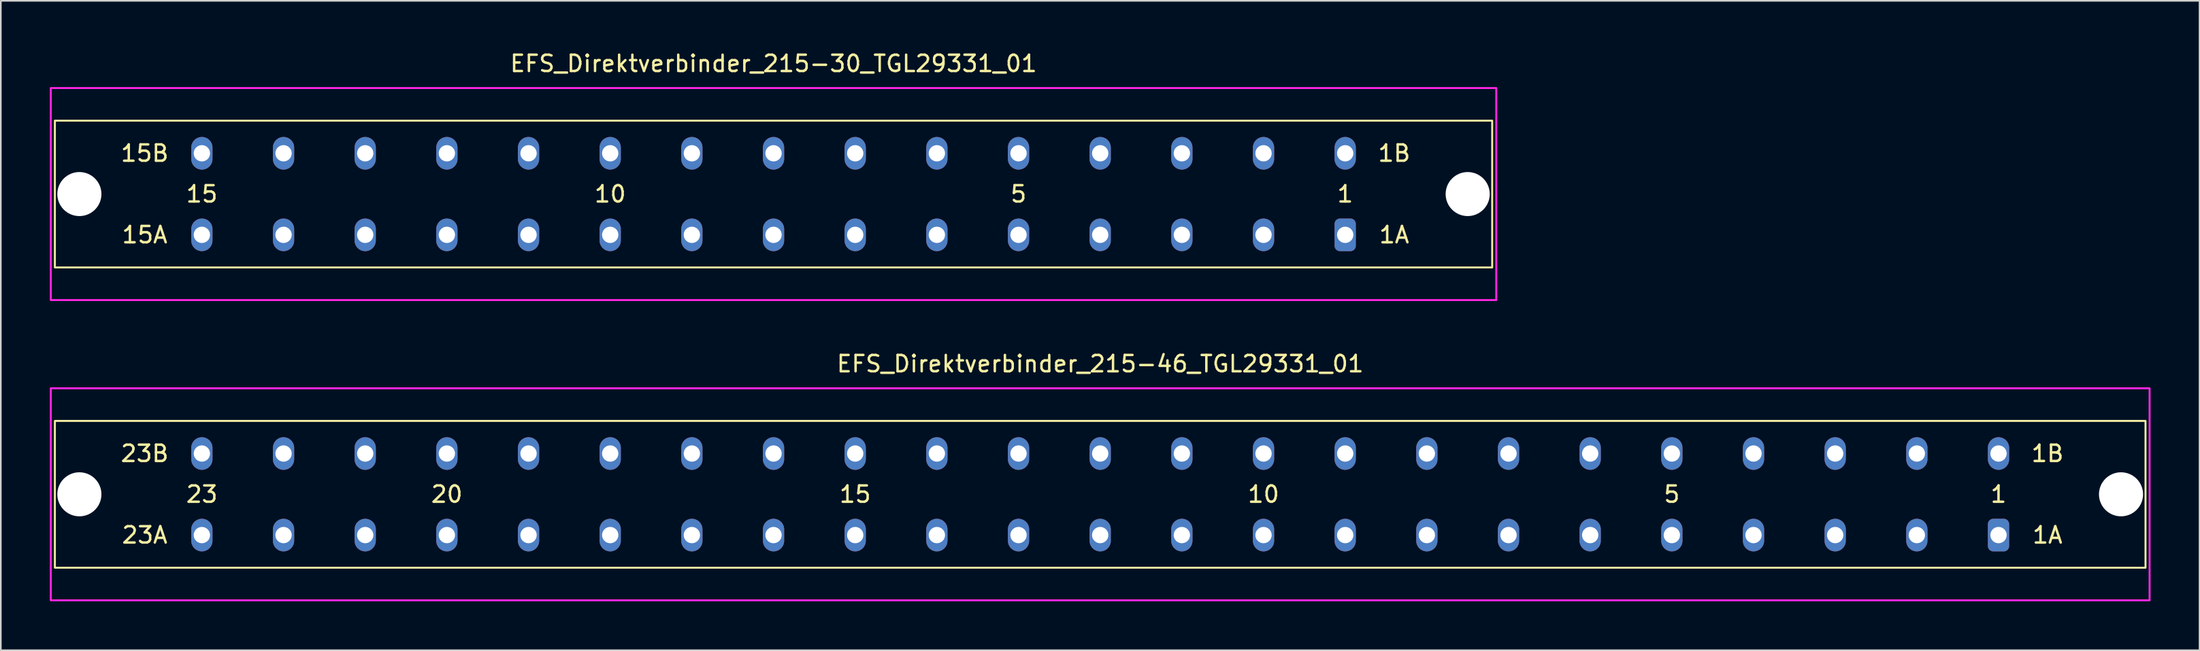
<source format=kicad_pcb>
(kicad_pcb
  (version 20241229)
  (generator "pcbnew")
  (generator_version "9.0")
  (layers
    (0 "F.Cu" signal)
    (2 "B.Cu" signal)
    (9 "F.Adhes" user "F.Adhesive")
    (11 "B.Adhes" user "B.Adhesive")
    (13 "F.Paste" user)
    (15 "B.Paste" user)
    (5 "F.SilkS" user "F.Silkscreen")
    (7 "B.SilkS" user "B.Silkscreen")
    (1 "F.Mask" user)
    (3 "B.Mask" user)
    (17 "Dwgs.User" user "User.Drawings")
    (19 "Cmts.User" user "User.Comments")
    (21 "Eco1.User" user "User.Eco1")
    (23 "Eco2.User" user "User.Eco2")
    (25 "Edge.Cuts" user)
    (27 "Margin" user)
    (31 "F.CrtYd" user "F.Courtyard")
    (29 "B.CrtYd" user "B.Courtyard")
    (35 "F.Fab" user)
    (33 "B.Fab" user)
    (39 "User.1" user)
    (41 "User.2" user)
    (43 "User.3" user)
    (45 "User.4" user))
  (footprint "EFS_Direktverbinder_215-46_TGL29331_01"
    (layer "F.Cu")
    (at 64.31 27.256)
    (property "Reference" "EFS_Direktverbinder_215-46_TGL29331_01" (at 0 -8 180) (layer "F.SilkS") (effects (font (size 1 1) (thickness 0.15))))
    (attr through_hole)
    (fp_rect (start -64 -4.5) (end 64 4.5) (stroke (width 0.12) (type solid)) (fill no) (layer "F.SilkS"))
    (fp_rect (start -64.25 -6.5) (end 64.25 6.5) (stroke (width 0.12) (type solid)) (fill no) (layer "F.CrtYd"))
    (fp_text user "5" (at 35 0 180) (layer "F.SilkS") (effects (font (size 1 1) (thickness 0.15))))
    (fp_text user "1A" (at 58 2.5 0) (layer "F.SilkS") (effects (font (size 1 1) (thickness 0.15))))
    (fp_text user "20" (at -40 0 180) (layer "F.SilkS") (effects (font (size 1 1) (thickness 0.15))))
    (fp_text user "1B" (at 58 -2.5 0) (layer "F.SilkS") (effects (font (size 1 1) (thickness 0.15))))
    (fp_text user "23" (at -55 0 180) (layer "F.SilkS") (effects (font (size 1 1) (thickness 0.15))))
    (fp_text user "23B" (at -58.5 -2.5 0) (layer "F.SilkS") (effects (font (size 1 1) (thickness 0.15))))
    (fp_text user "1" (at 55 0 180) (layer "F.SilkS") (effects (font (size 1 1) (thickness 0.15))))
    (fp_text user "10" (at 10 0 180) (layer "F.SilkS") (effects (font (size 1 1) (thickness 0.15))))
    (fp_text user "15" (at -15 0 180) (layer "F.SilkS") (effects (font (size 1 1) (thickness 0.15))))
    (fp_text user "23A" (at -58.5 2.5 0) (layer "F.SilkS") (effects (font (size 1 1) (thickness 0.15))))
    (pad "" np_thru_hole circle (at -62.5 0) (size 2.7 2.7) (drill 2.7) (layers "*.Cu" "*.Mask"))
    (pad "" np_thru_hole circle (at 62.5 0) (size 2.7 2.7) (drill 2.7) (layers "*.Cu" "*.Mask"))
    (pad "1a" thru_hole roundrect (at 55 2.5) (size 1.3 2) (drill 1) (layers "*.Cu" "*.Mask") (roundrect_rratio 0.25))
    (pad "1b" thru_hole oval (at 55 -2.5) (size 1.3 2) (drill 1) (layers "*.Cu" "*.Mask"))
    (pad "2a" thru_hole oval (at 50 2.5) (size 1.3 2) (drill 1) (layers "*.Cu" "*.Mask"))
    (pad "2b" thru_hole oval (at 50 -2.5) (size 1.3 2) (drill 1) (layers "*.Cu" "*.Mask"))
    (pad "3a" thru_hole oval (at 45 2.5) (size 1.3 2) (drill 1) (layers "*.Cu" "*.Mask"))
    (pad "3b" thru_hole oval (at 45 -2.5) (size 1.3 2) (drill 1) (layers "*.Cu" "*.Mask"))
    (pad "4a" thru_hole oval (at 40 2.5) (size 1.3 2) (drill 1) (layers "*.Cu" "*.Mask"))
    (pad "4b" thru_hole oval (at 40 -2.5) (size 1.3 2) (drill 1) (layers "*.Cu" "*.Mask"))
    (pad "5a" thru_hole oval (at 35 2.5) (size 1.3 2) (drill 1) (layers "*.Cu" "*.Mask"))
    (pad "5b" thru_hole oval (at 35 -2.5) (size 1.3 2) (drill 1) (layers "*.Cu" "*.Mask"))
    (pad "6a" thru_hole oval (at 30 2.5) (size 1.3 2) (drill 1) (layers "*.Cu" "*.Mask"))
    (pad "6b" thru_hole oval (at 30 -2.5) (size 1.3 2) (drill 1) (layers "*.Cu" "*.Mask"))
    (pad "7a" thru_hole oval (at 25 2.5) (size 1.3 2) (drill 1) (layers "*.Cu" "*.Mask"))
    (pad "7b" thru_hole oval (at 25 -2.5) (size 1.3 2) (drill 1) (layers "*.Cu" "*.Mask"))
    (pad "8a" thru_hole oval (at 20 2.5) (size 1.3 2) (drill 1) (layers "*.Cu" "*.Mask"))
    (pad "8b" thru_hole oval (at 20 -2.5) (size 1.3 2) (drill 1) (layers "*.Cu" "*.Mask"))
    (pad "9a" thru_hole oval (at 15 2.5) (size 1.3 2) (drill 1) (layers "*.Cu" "*.Mask"))
    (pad "9b" thru_hole oval (at 15 -2.5) (size 1.3 2) (drill 1) (layers "*.Cu" "*.Mask"))
    (pad "10a" thru_hole oval (at 10 2.5) (size 1.3 2) (drill 1) (layers "*.Cu" "*.Mask"))
    (pad "10b" thru_hole oval (at 10 -2.5) (size 1.3 2) (drill 1) (layers "*.Cu" "*.Mask"))
    (pad "11a" thru_hole oval (at 5 2.5) (size 1.3 2) (drill 1) (layers "*.Cu" "*.Mask"))
    (pad "11b" thru_hole oval (at 5 -2.5) (size 1.3 2) (drill 1) (layers "*.Cu" "*.Mask"))
    (pad "12a" thru_hole oval (at 0 2.5) (size 1.3 2) (drill 1) (layers "*.Cu" "*.Mask"))
    (pad "12b" thru_hole oval (at 0 -2.5) (size 1.3 2) (drill 1) (layers "*.Cu" "*.Mask"))
    (pad "13a" thru_hole oval (at -5 2.5) (size 1.3 2) (drill 1) (layers "*.Cu" "*.Mask"))
    (pad "13b" thru_hole oval (at -5 -2.5) (size 1.3 2) (drill 1) (layers "*.Cu" "*.Mask"))
    (pad "14a" thru_hole oval (at -10 2.5) (size 1.3 2) (drill 1) (layers "*.Cu" "*.Mask"))
    (pad "14b" thru_hole oval (at -10 -2.5) (size 1.3 2) (drill 1) (layers "*.Cu" "*.Mask"))
    (pad "15a" thru_hole oval (at -15 2.5) (size 1.3 2) (drill 1) (layers "*.Cu" "*.Mask"))
    (pad "15b" thru_hole oval (at -15 -2.5) (size 1.3 2) (drill 1) (layers "*.Cu" "*.Mask"))
    (pad "16a" thru_hole oval (at -20 2.5) (size 1.3 2) (drill 1) (layers "*.Cu" "*.Mask"))
    (pad "16b" thru_hole oval (at -20 -2.5) (size 1.3 2) (drill 1) (layers "*.Cu" "*.Mask"))
    (pad "17a" thru_hole oval (at -25 2.5) (size 1.3 2) (drill 1) (layers "*.Cu" "*.Mask"))
    (pad "17b" thru_hole oval (at -25 -2.5) (size 1.3 2) (drill 1) (layers "*.Cu" "*.Mask"))
    (pad "18a" thru_hole oval (at -30 2.5) (size 1.3 2) (drill 1) (layers "*.Cu" "*.Mask"))
    (pad "18b" thru_hole oval (at -30 -2.5) (size 1.3 2) (drill 1) (layers "*.Cu" "*.Mask"))
    (pad "19a" thru_hole oval (at -35 2.5) (size 1.3 2) (drill 1) (layers "*.Cu" "*.Mask"))
    (pad "19b" thru_hole oval (at -35 -2.5) (size 1.3 2) (drill 1) (layers "*.Cu" "*.Mask"))
    (pad "20a" thru_hole oval (at -40 2.5) (size 1.3 2) (drill 1) (layers "*.Cu" "*.Mask"))
    (pad "20b" thru_hole oval (at -40 -2.5) (size 1.3 2) (drill 1) (layers "*.Cu" "*.Mask"))
    (pad "21a" thru_hole oval (at -45 2.5) (size 1.3 2) (drill 1) (layers "*.Cu" "*.Mask"))
    (pad "21b" thru_hole oval (at -45 -2.5) (size 1.3 2) (drill 1) (layers "*.Cu" "*.Mask"))
    (pad "22a" thru_hole oval (at -50 2.5) (size 1.3 2) (drill 1) (layers "*.Cu" "*.Mask"))
    (pad "22b" thru_hole oval (at -50 -2.5) (size 1.3 2) (drill 1) (layers "*.Cu" "*.Mask"))
    (pad "23a" thru_hole oval (at -55 2.5) (size 1.3 2) (drill 1) (layers "*.Cu" "*.Mask"))
    (pad "23b" thru_hole oval (at -55 -2.5) (size 1.3 2) (drill 1) (layers "*.Cu" "*.Mask")))
  (footprint "EFS_Direktverbinder_215-30_TGL29331_01"
    (layer "F.Cu")
    (at 44.31 8.848)
    (property "Reference" "EFS_Direktverbinder_215-30_TGL29331_01" (at 0 -8 180) (layer "F.SilkS") (effects (font (size 1 1) (thickness 0.15))))
    (attr through_hole)
    (fp_rect (start -44 -4.5) (end 44 4.5) (stroke (width 0.12) (type solid)) (fill no) (layer "F.SilkS"))
    (fp_rect (start -44.25 -6.5) (end 44.25 6.5) (stroke (width 0.12) (type solid)) (fill no) (layer "F.CrtYd"))
    (fp_text user "1A" (at 38 2.5 0) (layer "F.SilkS") (effects (font (size 1 1) (thickness 0.15))))
    (fp_text user "5" (at 15 0 180) (layer "F.SilkS") (effects (font (size 1 1) (thickness 0.15))))
    (fp_text user "10" (at -10 0 180) (layer "F.SilkS") (effects (font (size 1 1) (thickness 0.15))))
    (fp_text user "1" (at 35 0 180) (layer "F.SilkS") (effects (font (size 1 1) (thickness 0.15))))
    (fp_text user "15B" (at -38.5 -2.5 0) (layer "F.SilkS") (effects (font (size 1 1) (thickness 0.15))))
    (fp_text user "15A" (at -38.5 2.5 0) (layer "F.SilkS") (effects (font (size 1 1) (thickness 0.15))))
    (fp_text user "1B" (at 38 -2.5 0) (layer "F.SilkS") (effects (font (size 1 1) (thickness 0.15))))
    (fp_text user "15" (at -35 0 180) (layer "F.SilkS") (effects (font (size 1 1) (thickness 0.15))))
    (pad "" np_thru_hole circle (at -42.5 0) (size 2.7 2.7) (drill 2.7) (layers "*.Cu" "*.Mask"))
    (pad "" np_thru_hole circle (at 42.5 0) (size 2.7 2.7) (drill 2.7) (layers "*.Cu" "*.Mask"))
    (pad "1a" thru_hole roundrect (at 35 2.5) (size 1.3 2) (drill 1) (layers "*.Cu" "*.Mask") (roundrect_rratio 0.25))
    (pad "1b" thru_hole oval (at 35 -2.5) (size 1.3 2) (drill 1) (layers "*.Cu" "*.Mask"))
    (pad "2a" thru_hole oval (at 30 2.5) (size 1.3 2) (drill 1) (layers "*.Cu" "*.Mask"))
    (pad "2b" thru_hole oval (at 30 -2.5) (size 1.3 2) (drill 1) (layers "*.Cu" "*.Mask"))
    (pad "3a" thru_hole oval (at 25 2.5) (size 1.3 2) (drill 1) (layers "*.Cu" "*.Mask"))
    (pad "3b" thru_hole oval (at 25 -2.5) (size 1.3 2) (drill 1) (layers "*.Cu" "*.Mask"))
    (pad "4a" thru_hole oval (at 20 2.5) (size 1.3 2) (drill 1) (layers "*.Cu" "*.Mask"))
    (pad "4b" thru_hole oval (at 20 -2.5) (size 1.3 2) (drill 1) (layers "*.Cu" "*.Mask"))
    (pad "5a" thru_hole oval (at 15 2.5) (size 1.3 2) (drill 1) (layers "*.Cu" "*.Mask"))
    (pad "5b" thru_hole oval (at 15 -2.5) (size 1.3 2) (drill 1) (layers "*.Cu" "*.Mask"))
    (pad "6a" thru_hole oval (at 10 2.5) (size 1.3 2) (drill 1) (layers "*.Cu" "*.Mask"))
    (pad "6b" thru_hole oval (at 10 -2.5) (size 1.3 2) (drill 1) (layers "*.Cu" "*.Mask"))
    (pad "7a" thru_hole oval (at 5 2.5) (size 1.3 2) (drill 1) (layers "*.Cu" "*.Mask"))
    (pad "7b" thru_hole oval (at 5 -2.5) (size 1.3 2) (drill 1) (layers "*.Cu" "*.Mask"))
    (pad "8a" thru_hole oval (at 0 2.5) (size 1.3 2) (drill 1) (layers "*.Cu" "*.Mask"))
    (pad "8b" thru_hole oval (at 0 -2.5) (size 1.3 2) (drill 1) (layers "*.Cu" "*.Mask"))
    (pad "9a" thru_hole oval (at -5 2.5) (size 1.3 2) (drill 1) (layers "*.Cu" "*.Mask"))
    (pad "9b" thru_hole oval (at -5 -2.5) (size 1.3 2) (drill 1) (layers "*.Cu" "*.Mask"))
    (pad "10a" thru_hole oval (at -10 2.5) (size 1.3 2) (drill 1) (layers "*.Cu" "*.Mask"))
    (pad "10b" thru_hole oval (at -10 -2.5) (size 1.3 2) (drill 1) (layers "*.Cu" "*.Mask"))
    (pad "11a" thru_hole oval (at -15 2.5) (size 1.3 2) (drill 1) (layers "*.Cu" "*.Mask"))
    (pad "11b" thru_hole oval (at -15 -2.5) (size 1.3 2) (drill 1) (layers "*.Cu" "*.Mask"))
    (pad "12a" thru_hole oval (at -20 2.5) (size 1.3 2) (drill 1) (layers "*.Cu" "*.Mask"))
    (pad "12b" thru_hole oval (at -20 -2.5) (size 1.3 2) (drill 1) (layers "*.Cu" "*.Mask"))
    (pad "13a" thru_hole oval (at -25 2.5) (size 1.3 2) (drill 1) (layers "*.Cu" "*.Mask"))
    (pad "13b" thru_hole oval (at -25 -2.5) (size 1.3 2) (drill 1) (layers "*.Cu" "*.Mask"))
    (pad "14a" thru_hole oval (at -30 2.5) (size 1.3 2) (drill 1) (layers "*.Cu" "*.Mask"))
    (pad "14b" thru_hole oval (at -30 -2.5) (size 1.3 2) (drill 1) (layers "*.Cu" "*.Mask"))
    (pad "15a" thru_hole oval (at -35 2.5) (size 1.3 2) (drill 1) (layers "*.Cu" "*.Mask"))
    (pad "15b" thru_hole oval (at -35 -2.5) (size 1.3 2) (drill 1) (layers "*.Cu" "*.Mask")))
  (gr_rect
    (start -3 -3)
    (end 131.62 36.816)
    (stroke (width 0.1) (type default))
    (fill no)
    (layer "Edge.Cuts")))
</source>
